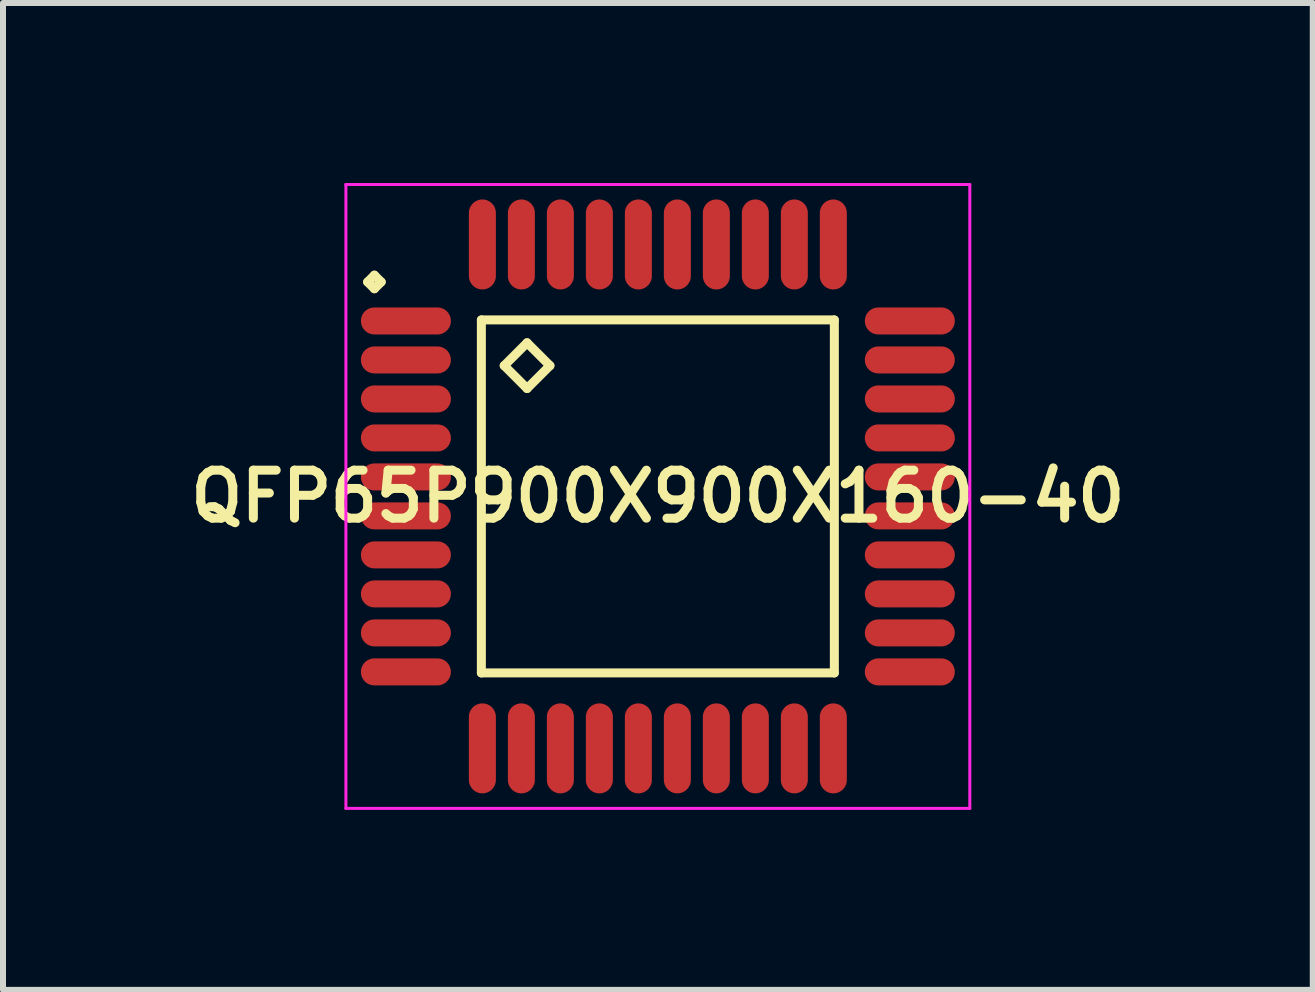
<source format=kicad_pcb>
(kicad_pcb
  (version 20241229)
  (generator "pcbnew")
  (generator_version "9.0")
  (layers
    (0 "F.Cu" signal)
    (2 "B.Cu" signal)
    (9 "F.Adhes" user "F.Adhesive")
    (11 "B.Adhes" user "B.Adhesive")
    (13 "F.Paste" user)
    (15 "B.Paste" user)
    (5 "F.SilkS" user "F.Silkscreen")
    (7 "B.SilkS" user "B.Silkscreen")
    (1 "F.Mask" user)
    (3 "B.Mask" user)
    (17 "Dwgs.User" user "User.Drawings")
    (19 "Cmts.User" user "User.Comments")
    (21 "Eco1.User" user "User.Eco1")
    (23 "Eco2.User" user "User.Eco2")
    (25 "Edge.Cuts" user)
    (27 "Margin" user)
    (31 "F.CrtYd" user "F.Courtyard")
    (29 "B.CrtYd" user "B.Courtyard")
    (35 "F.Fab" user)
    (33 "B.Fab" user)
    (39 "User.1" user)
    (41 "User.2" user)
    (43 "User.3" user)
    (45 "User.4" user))
  (footprint "QFP65P900X900X160-40"
    (layer "F.Cu")
    (at 7.916 5.225)
    (property "Reference" "QFP65P900X900X160-40" (at 0 0 0) (layer "F.SilkS") (effects (font (size 0.8 0.8) (thickness 0.15))))
    (attr smd)
    (fp_line (start -4.838 -3.575) (end -4.725 -3.688) (stroke (width 0.15) (type solid)) (layer "F.SilkS"))
    (fp_line (start -4.725 -3.688) (end -4.612 -3.575) (stroke (width 0.15) (type solid)) (layer "F.SilkS"))
    (fp_line (start -4.725 -3.462) (end -4.838 -3.575) (stroke (width 0.15) (type solid)) (layer "F.SilkS"))
    (fp_line (start -4.612 -3.575) (end -4.725 -3.462) (stroke (width 0.15) (type solid)) (layer "F.SilkS"))
    (fp_line (start -2.942 -2.942) (end -2.942 2.942) (stroke (width 0.15) (type solid)) (layer "F.SilkS"))
    (fp_line (start -2.942 2.942) (end 2.942 2.942) (stroke (width 0.15) (type solid)) (layer "F.SilkS"))
    (fp_line (start -2.561 -2.18) (end -2.18 -2.561) (stroke (width 0.15) (type solid)) (layer "F.SilkS"))
    (fp_line (start -2.18 -2.561) (end -1.799 -2.18) (stroke (width 0.15) (type solid)) (layer "F.SilkS"))
    (fp_line (start -2.18 -1.799) (end -2.561 -2.18) (stroke (width 0.15) (type solid)) (layer "F.SilkS"))
    (fp_line (start -1.799 -2.18) (end -2.18 -1.799) (stroke (width 0.15) (type solid)) (layer "F.SilkS"))
    (fp_line (start 2.942 -2.942) (end -2.942 -2.942) (stroke (width 0.15) (type solid)) (layer "F.SilkS"))
    (fp_line (start 2.942 2.942) (end 2.942 -2.942) (stroke (width 0.15) (type solid)) (layer "F.SilkS"))
    (fp_line (start -5.2 -5.2) (end 5.2 -5.2) (stroke (width 0.05) (type solid)) (layer "F.CrtYd"))
    (fp_line (start -5.2 5.2) (end -5.2 -5.2) (stroke (width 0.05) (type solid)) (layer "F.CrtYd"))
    (fp_line (start 5.2 -5.2) (end 5.2 5.2) (stroke (width 0.05) (type solid)) (layer "F.CrtYd"))
    (fp_line (start 5.2 5.2) (end -5.2 5.2) (stroke (width 0.05) (type solid)) (layer "F.CrtYd"))
    (pad "1" smd oval (at -4.2 -2.925) (size 1.5 0.45) (layers "F.Cu" "F.Mask" "F.Paste"))
    (pad "2" smd oval (at -4.2 -2.275) (size 1.5 0.45) (layers "F.Cu" "F.Mask" "F.Paste"))
    (pad "3" smd oval (at -4.2 -1.625) (size 1.5 0.45) (layers "F.Cu" "F.Mask" "F.Paste"))
    (pad "4" smd oval (at -4.2 -0.975) (size 1.5 0.45) (layers "F.Cu" "F.Mask" "F.Paste"))
    (pad "5" smd oval (at -4.2 -0.325) (size 1.5 0.45) (layers "F.Cu" "F.Mask" "F.Paste"))
    (pad "6" smd oval (at -4.2 0.325) (size 1.5 0.45) (layers "F.Cu" "F.Mask" "F.Paste"))
    (pad "7" smd oval (at -4.2 0.975) (size 1.5 0.45) (layers "F.Cu" "F.Mask" "F.Paste"))
    (pad "8" smd oval (at -4.2 1.625) (size 1.5 0.45) (layers "F.Cu" "F.Mask" "F.Paste"))
    (pad "9" smd oval (at -4.2 2.275) (size 1.5 0.45) (layers "F.Cu" "F.Mask" "F.Paste"))
    (pad "10" smd oval (at -4.2 2.925) (size 1.5 0.45) (layers "F.Cu" "F.Mask" "F.Paste"))
    (pad "11" smd oval (at -2.925 4.2) (size 0.45 1.5) (layers "F.Cu" "F.Mask" "F.Paste"))
    (pad "12" smd oval (at -2.275 4.2) (size 0.45 1.5) (layers "F.Cu" "F.Mask" "F.Paste"))
    (pad "13" smd oval (at -1.625 4.2) (size 0.45 1.5) (layers "F.Cu" "F.Mask" "F.Paste"))
    (pad "14" smd oval (at -0.975 4.2) (size 0.45 1.5) (layers "F.Cu" "F.Mask" "F.Paste"))
    (pad "15" smd oval (at -0.325 4.2) (size 0.45 1.5) (layers "F.Cu" "F.Mask" "F.Paste"))
    (pad "16" smd oval (at 0.325 4.2) (size 0.45 1.5) (layers "F.Cu" "F.Mask" "F.Paste"))
    (pad "17" smd oval (at 0.975 4.2) (size 0.45 1.5) (layers "F.Cu" "F.Mask" "F.Paste"))
    (pad "18" smd oval (at 1.625 4.2) (size 0.45 1.5) (layers "F.Cu" "F.Mask" "F.Paste"))
    (pad "19" smd oval (at 2.275 4.2) (size 0.45 1.5) (layers "F.Cu" "F.Mask" "F.Paste"))
    (pad "20" smd oval (at 2.925 4.2) (size 0.45 1.5) (layers "F.Cu" "F.Mask" "F.Paste"))
    (pad "21" smd oval (at 4.2 2.925) (size 1.5 0.45) (layers "F.Cu" "F.Mask" "F.Paste"))
    (pad "22" smd oval (at 4.2 2.275) (size 1.5 0.45) (layers "F.Cu" "F.Mask" "F.Paste"))
    (pad "23" smd oval (at 4.2 1.625) (size 1.5 0.45) (layers "F.Cu" "F.Mask" "F.Paste"))
    (pad "24" smd oval (at 4.2 0.975) (size 1.5 0.45) (layers "F.Cu" "F.Mask" "F.Paste"))
    (pad "25" smd oval (at 4.2 0.325) (size 1.5 0.45) (layers "F.Cu" "F.Mask" "F.Paste"))
    (pad "26" smd oval (at 4.2 -0.325) (size 1.5 0.45) (layers "F.Cu" "F.Mask" "F.Paste"))
    (pad "27" smd oval (at 4.2 -0.975) (size 1.5 0.45) (layers "F.Cu" "F.Mask" "F.Paste"))
    (pad "28" smd oval (at 4.2 -1.625) (size 1.5 0.45) (layers "F.Cu" "F.Mask" "F.Paste"))
    (pad "29" smd oval (at 4.2 -2.275) (size 1.5 0.45) (layers "F.Cu" "F.Mask" "F.Paste"))
    (pad "30" smd oval (at 4.2 -2.925) (size 1.5 0.45) (layers "F.Cu" "F.Mask" "F.Paste"))
    (pad "31" smd oval (at 2.925 -4.2) (size 0.45 1.5) (layers "F.Cu" "F.Mask" "F.Paste"))
    (pad "32" smd oval (at 2.275 -4.2) (size 0.45 1.5) (layers "F.Cu" "F.Mask" "F.Paste"))
    (pad "33" smd oval (at 1.625 -4.2) (size 0.45 1.5) (layers "F.Cu" "F.Mask" "F.Paste"))
    (pad "34" smd oval (at 0.975 -4.2) (size 0.45 1.5) (layers "F.Cu" "F.Mask" "F.Paste"))
    (pad "35" smd oval (at 0.325 -4.2) (size 0.45 1.5) (layers "F.Cu" "F.Mask" "F.Paste"))
    (pad "36" smd oval (at -0.325 -4.2) (size 0.45 1.5) (layers "F.Cu" "F.Mask" "F.Paste"))
    (pad "37" smd oval (at -0.975 -4.2) (size 0.45 1.5) (layers "F.Cu" "F.Mask" "F.Paste"))
    (pad "38" smd oval (at -1.625 -4.2) (size 0.45 1.5) (layers "F.Cu" "F.Mask" "F.Paste"))
    (pad "39" smd oval (at -2.275 -4.2) (size 0.45 1.5) (layers "F.Cu" "F.Mask" "F.Paste"))
    (pad "40" smd oval (at -2.925 -4.2) (size 0.45 1.5) (layers "F.Cu" "F.Mask" "F.Paste")))
  (gr_rect
    (start -3 -3)
    (end 18.833 13.45)
    (stroke (width 0.1) (type default))
    (fill no)
    (layer "Edge.Cuts")))
</source>
